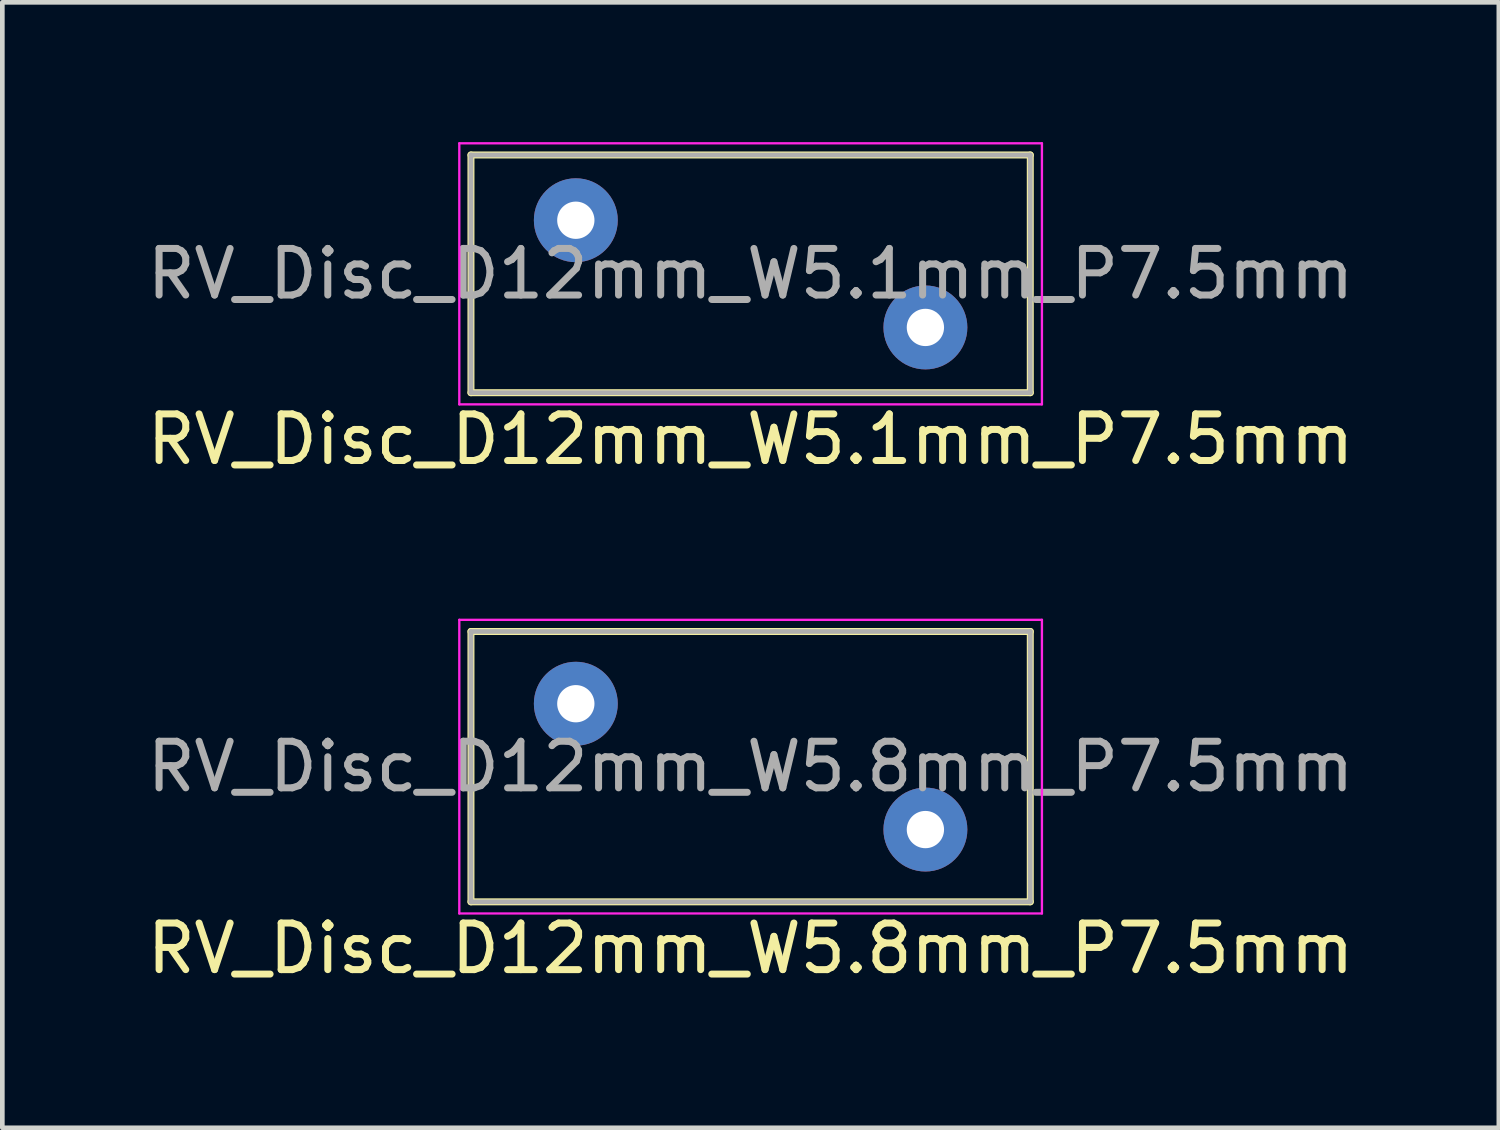
<source format=kicad_pcb>
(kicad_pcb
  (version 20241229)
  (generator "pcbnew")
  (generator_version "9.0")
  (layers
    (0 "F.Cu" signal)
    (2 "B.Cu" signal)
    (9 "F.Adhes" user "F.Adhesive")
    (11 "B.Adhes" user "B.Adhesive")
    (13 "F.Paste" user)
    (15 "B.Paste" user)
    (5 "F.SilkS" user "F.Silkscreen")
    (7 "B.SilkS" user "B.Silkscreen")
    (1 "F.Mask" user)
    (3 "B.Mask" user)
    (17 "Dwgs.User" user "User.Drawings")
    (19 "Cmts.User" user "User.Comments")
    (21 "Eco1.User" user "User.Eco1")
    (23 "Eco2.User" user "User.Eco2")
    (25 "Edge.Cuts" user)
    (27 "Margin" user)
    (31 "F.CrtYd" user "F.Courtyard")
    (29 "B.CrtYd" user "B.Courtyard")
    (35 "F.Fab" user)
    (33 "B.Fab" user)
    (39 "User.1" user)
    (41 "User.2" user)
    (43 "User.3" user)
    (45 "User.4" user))
  (footprint "RV_Disc_D12mm_W5.8mm_P7.5mm"
    (layer "F.Cu")
    (at 9.304 12.048)
    (property "Reference" "RV_Disc_D12mm_W5.8mm_P7.5mm" (at 3.75 5.25 0) (layer "F.SilkS") (effects (font (size 1 1) (thickness 0.15))))
    (attr through_hole)
    (fp_line (start -2.25 -1.55) (end -2.25 4.25) (stroke (width 0.15) (type solid)) (layer "F.SilkS"))
    (fp_line (start -2.25 -1.55) (end 9.75 -1.55) (stroke (width 0.15) (type solid)) (layer "F.SilkS"))
    (fp_line (start -2.25 4.25) (end 9.75 4.25) (stroke (width 0.15) (type solid)) (layer "F.SilkS"))
    (fp_line (start 9.75 -1.55) (end 9.75 4.25) (stroke (width 0.15) (type solid)) (layer "F.SilkS"))
    (fp_line (start -2.5 -1.8) (end -2.5 4.5) (stroke (width 0.05) (type solid)) (layer "F.CrtYd"))
    (fp_line (start -2.5 -1.8) (end 10 -1.8) (stroke (width 0.05) (type solid)) (layer "F.CrtYd"))
    (fp_line (start -2.5 4.5) (end 10 4.5) (stroke (width 0.05) (type solid)) (layer "F.CrtYd"))
    (fp_line (start 10 -1.8) (end 10 4.5) (stroke (width 0.05) (type solid)) (layer "F.CrtYd"))
    (fp_line (start -2.25 -1.55) (end -2.25 4.25) (stroke (width 0.1) (type solid)) (layer "F.Fab"))
    (fp_line (start -2.25 -1.55) (end 9.75 -1.55) (stroke (width 0.1) (type solid)) (layer "F.Fab"))
    (fp_line (start -2.25 4.25) (end 9.75 4.25) (stroke (width 0.1) (type solid)) (layer "F.Fab"))
    (fp_line (start 9.75 -1.55) (end 9.75 4.25) (stroke (width 0.1) (type solid)) (layer "F.Fab"))
    (fp_text user "${REFERENCE}" (at 3.75 1.35 0) (layer "F.Fab") (effects (font (size 1 1) (thickness 0.15))))
    (pad "1" thru_hole circle (at 0 0) (size 1.8 1.8) (drill 0.8) (layers "*.Cu" "*.Mask"))
    (pad "2" thru_hole circle (at 7.5 2.7) (size 1.8 1.8) (drill 0.8) (layers "*.Cu" "*.Mask")))
  (footprint "RV_Disc_D12mm_W5.1mm_P7.5mm"
    (layer "F.Cu")
    (at 9.304 1.675)
    (property "Reference" "RV_Disc_D12mm_W5.1mm_P7.5mm" (at 3.75 4.7 0) (layer "F.SilkS") (effects (font (size 1 1) (thickness 0.15))))
    (attr through_hole)
    (fp_line (start -2.25 -1.4) (end -2.25 3.7) (stroke (width 0.15) (type solid)) (layer "F.SilkS"))
    (fp_line (start -2.25 -1.4) (end 9.75 -1.4) (stroke (width 0.15) (type solid)) (layer "F.SilkS"))
    (fp_line (start -2.25 3.7) (end 9.75 3.7) (stroke (width 0.15) (type solid)) (layer "F.SilkS"))
    (fp_line (start 9.75 -1.4) (end 9.75 3.7) (stroke (width 0.15) (type solid)) (layer "F.SilkS"))
    (fp_line (start -2.5 -1.65) (end -2.5 3.95) (stroke (width 0.05) (type solid)) (layer "F.CrtYd"))
    (fp_line (start -2.5 -1.65) (end 10 -1.65) (stroke (width 0.05) (type solid)) (layer "F.CrtYd"))
    (fp_line (start -2.5 3.95) (end 10 3.95) (stroke (width 0.05) (type solid)) (layer "F.CrtYd"))
    (fp_line (start 10 -1.65) (end 10 3.95) (stroke (width 0.05) (type solid)) (layer "F.CrtYd"))
    (fp_line (start -2.25 -1.4) (end -2.25 3.7) (stroke (width 0.1) (type solid)) (layer "F.Fab"))
    (fp_line (start -2.25 -1.4) (end 9.75 -1.4) (stroke (width 0.1) (type solid)) (layer "F.Fab"))
    (fp_line (start -2.25 3.7) (end 9.75 3.7) (stroke (width 0.1) (type solid)) (layer "F.Fab"))
    (fp_line (start 9.75 -1.4) (end 9.75 3.7) (stroke (width 0.1) (type solid)) (layer "F.Fab"))
    (fp_text user "${REFERENCE}" (at 3.75 1.15 0) (layer "F.Fab") (effects (font (size 1 1) (thickness 0.15))))
    (pad "1" thru_hole circle (at 0 0) (size 1.8 1.8) (drill 0.8) (layers "*.Cu" "*.Mask"))
    (pad "2" thru_hole circle (at 7.5 2.3) (size 1.8 1.8) (drill 0.8) (layers "*.Cu" "*.Mask")))
  (gr_rect
    (start -3 -3)
    (end 29.107 21.146)
    (stroke (width 0.1) (type default))
    (fill no)
    (layer "Edge.Cuts")))
</source>
